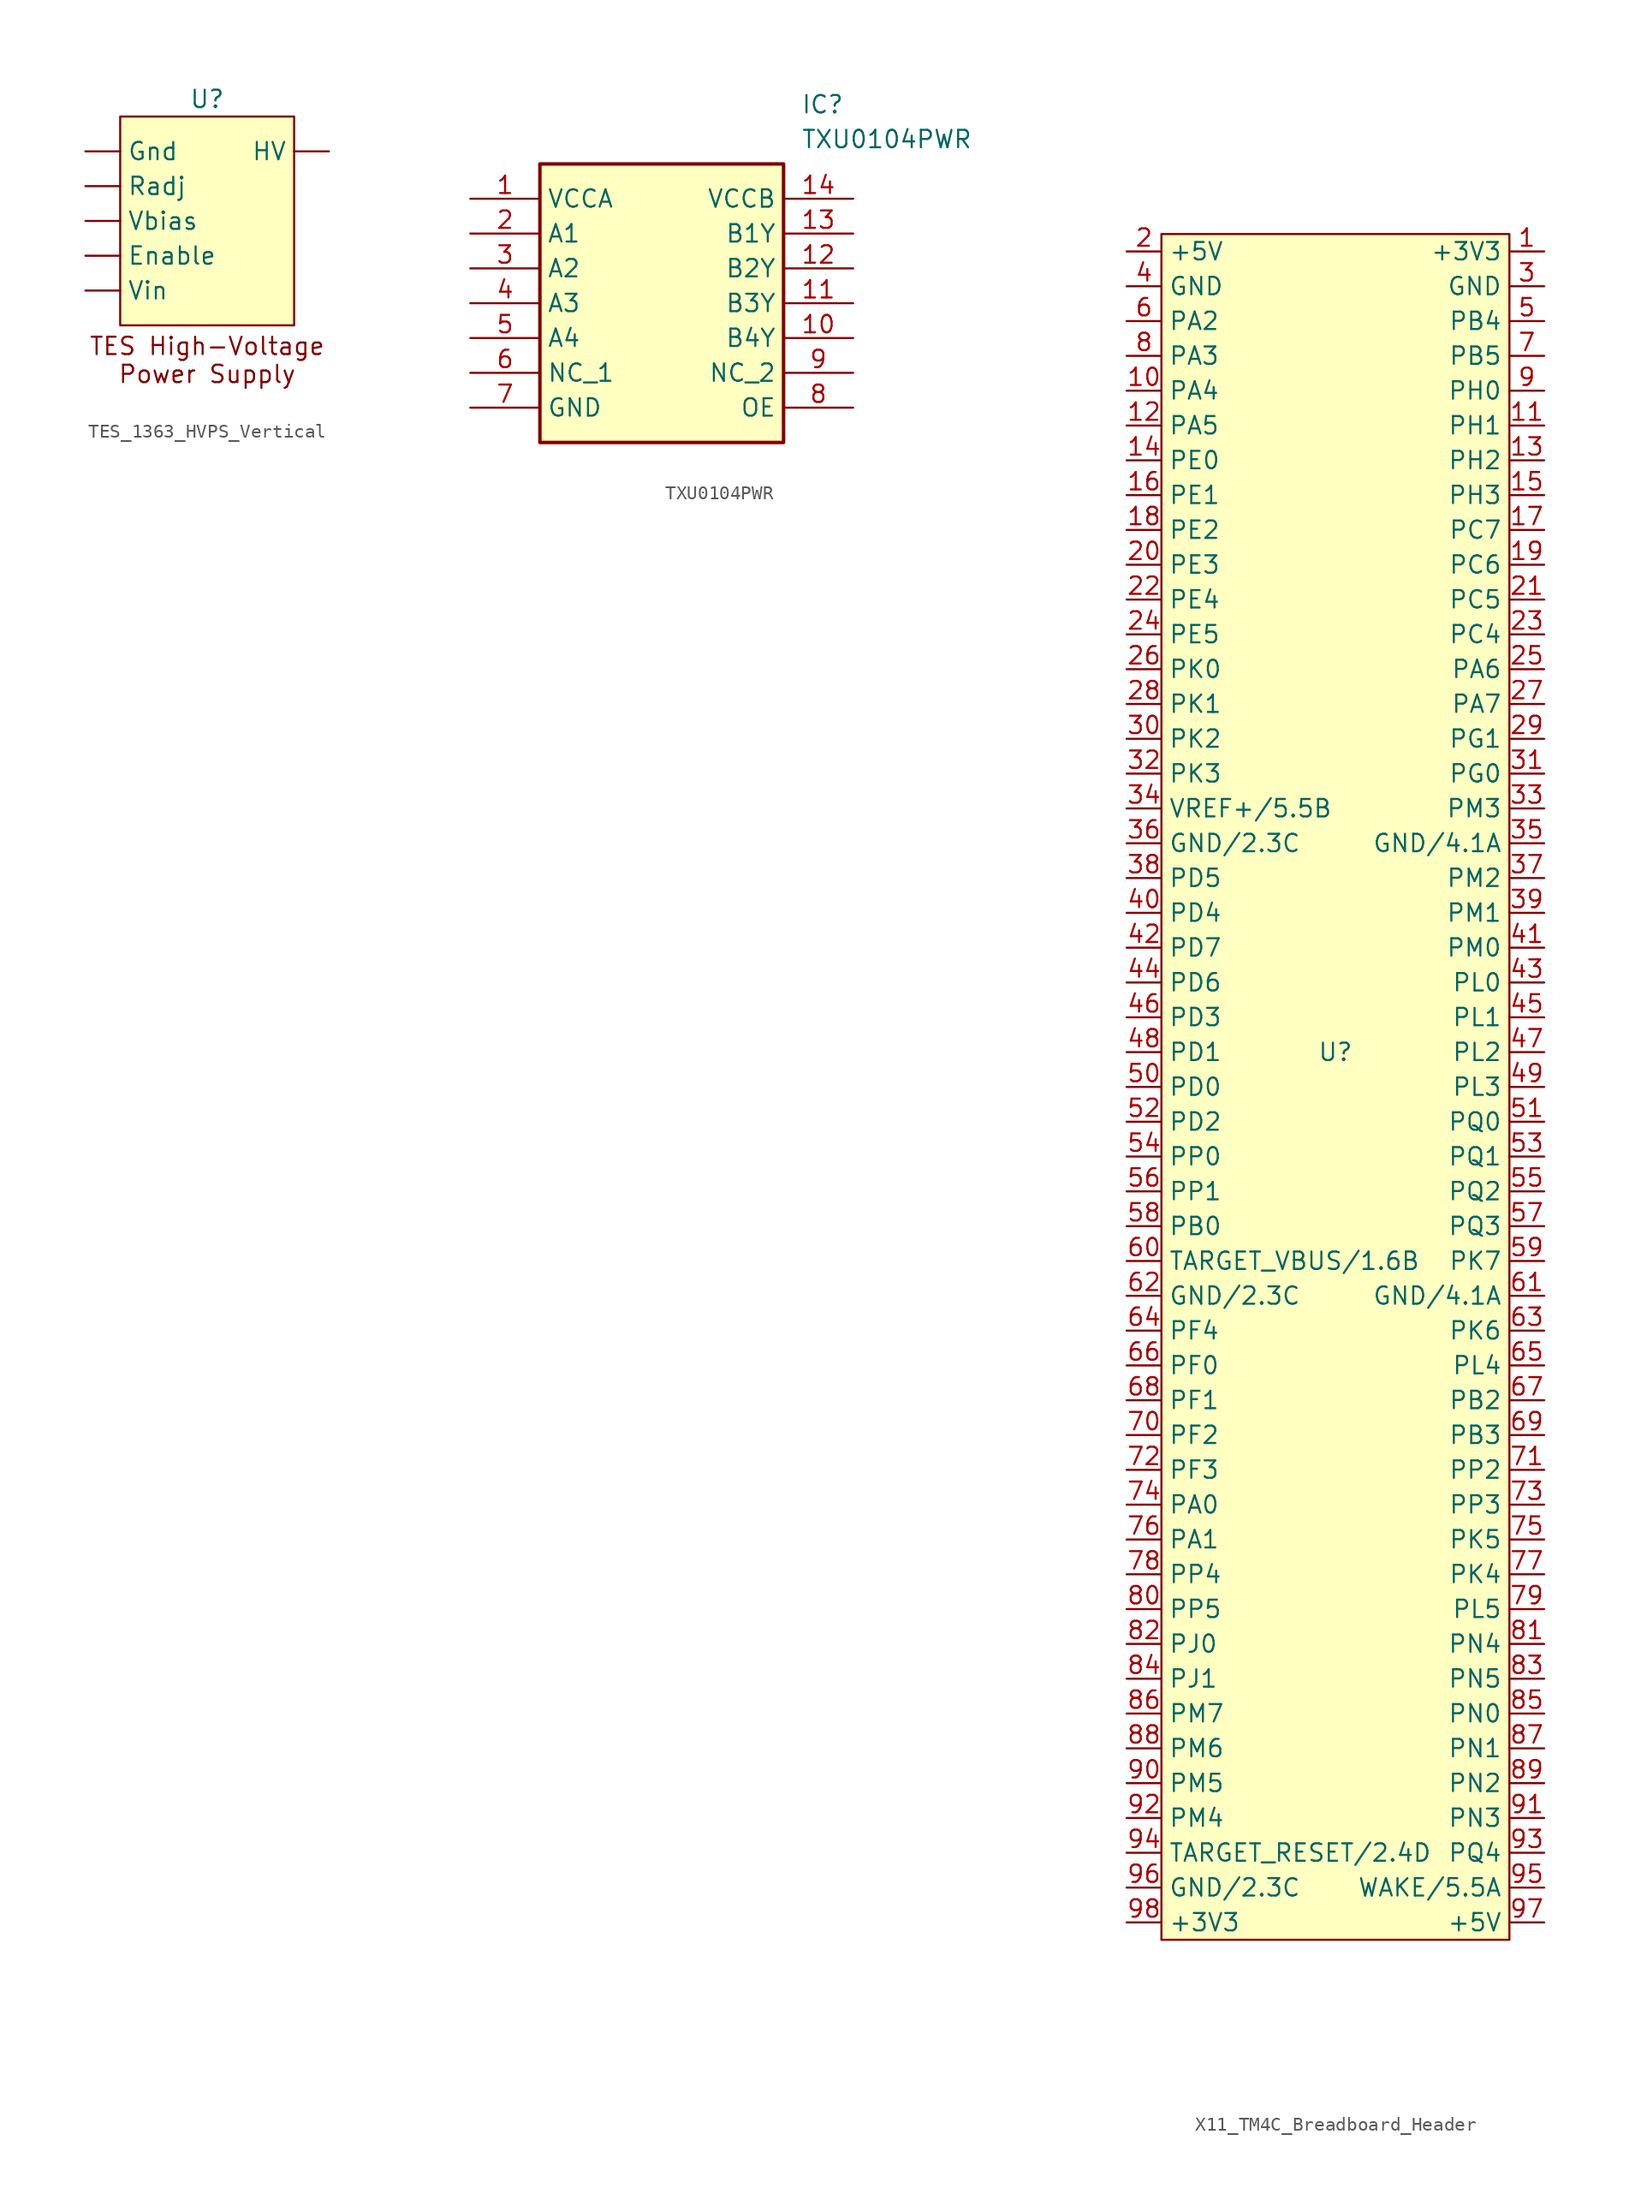
<source format=kicad_sym>
(kicad_symbol_lib
  (version 20231120)
  (generator "kicad_symbol_editor")
  (generator_version "8.0")
  (symbol "TES_1363_HVPS_Vertical"
    (pin_numbers hide)
    (property "Reference" "U"
      (at 0 8.89 0)
      (effects (font (size 1.27 1.27))))
    (property "Value" ""
      (at -3.81 -2.54 0)
      (effects (font (size 1.27 1.27))))
    (symbol "TES_1363_HVPS_Vertical_1_1"
      (rectangle (start -6.35 7.62) (end 6.35 -7.62) (stroke (width 0) (type default)) (fill (type background)))
      (text "TES High-Voltage\nPower Supply" (at 0 -10.16 0) (effects (font (size 1.27 1.27))))
      (pin input line (at -8.89 -2.54 0) (length 2.54) (name "Enable" (effects (font (size 1.27 1.27)))) (number "Enable" (effects (font (size 1.27 1.27)))))
      (pin input line (at -8.89 5.08 0) (length 2.54) (name "Gnd" (effects (font (size 1.27 1.27)))) (number "Gnd" (effects (font (size 1.27 1.27)))))
      (pin output line (at 8.89 5.08 180) (length 2.54) (name "HV" (effects (font (size 1.27 1.27)))) (number "HV" (effects (font (size 1.27 1.27)))))
      (pin input line (at -8.89 2.54 0) (length 2.54) (name "Radj" (effects (font (size 1.27 1.27)))) (number "Radj" (effects (font (size 1.27 1.27)))))
      (pin input line (at -8.89 0 0) (length 2.54) (name "Vbias" (effects (font (size 1.27 1.27)))) (number "Vbias" (effects (font (size 1.27 1.27)))))
      (pin input line (at -8.89 -5.08 0) (length 2.54) (name "Vin" (effects (font (size 1.27 1.27)))) (number "Vin" (effects (font (size 1.27 1.27)))))))
  (symbol "TXU0104PWR"
    (property "Reference" "IC"
      (at 24.13 7.62 0)
      (effects (font (size 1.27 1.27)) (justify left top)))
    (property "Value" "TXU0104PWR"
      (at 24.13 5.08 0)
      (effects (font (size 1.27 1.27)) (justify left top)))
    (symbol "TXU0104PWR_1_1"
      (rectangle (start 5.08 2.54) (end 22.86 -17.78) (stroke (width 0.254) (type default)) (fill (type background)))
      (pin passive line (at 0 0 0) (length 5.08) (name "VCCA" (effects (font (size 1.27 1.27)))) (number "1" (effects (font (size 1.27 1.27)))))
      (pin passive line (at 27.94 -10.16 180) (length 5.08) (name "B4Y" (effects (font (size 1.27 1.27)))) (number "10" (effects (font (size 1.27 1.27)))))
      (pin passive line (at 27.94 -7.62 180) (length 5.08) (name "B3Y" (effects (font (size 1.27 1.27)))) (number "11" (effects (font (size 1.27 1.27)))))
      (pin passive line (at 27.94 -5.08 180) (length 5.08) (name "B2Y" (effects (font (size 1.27 1.27)))) (number "12" (effects (font (size 1.27 1.27)))))
      (pin passive line (at 27.94 -2.54 180) (length 5.08) (name "B1Y" (effects (font (size 1.27 1.27)))) (number "13" (effects (font (size 1.27 1.27)))))
      (pin passive line (at 27.94 0 180) (length 5.08) (name "VCCB" (effects (font (size 1.27 1.27)))) (number "14" (effects (font (size 1.27 1.27)))))
      (pin passive line (at 0 -2.54 0) (length 5.08) (name "A1" (effects (font (size 1.27 1.27)))) (number "2" (effects (font (size 1.27 1.27)))))
      (pin passive line (at 0 -5.08 0) (length 5.08) (name "A2" (effects (font (size 1.27 1.27)))) (number "3" (effects (font (size 1.27 1.27)))))
      (pin passive line (at 0 -7.62 0) (length 5.08) (name "A3" (effects (font (size 1.27 1.27)))) (number "4" (effects (font (size 1.27 1.27)))))
      (pin passive line (at 0 -10.16 0) (length 5.08) (name "A4" (effects (font (size 1.27 1.27)))) (number "5" (effects (font (size 1.27 1.27)))))
      (pin passive line (at 0 -12.7 0) (length 5.08) (name "NC_1" (effects (font (size 1.27 1.27)))) (number "6" (effects (font (size 1.27 1.27)))))
      (pin passive line (at 0 -15.24 0) (length 5.08) (name "GND" (effects (font (size 1.27 1.27)))) (number "7" (effects (font (size 1.27 1.27)))))
      (pin passive line (at 27.94 -15.24 180) (length 5.08) (name "OE" (effects (font (size 1.27 1.27)))) (number "8" (effects (font (size 1.27 1.27)))))
      (pin passive line (at 27.94 -12.7 180) (length 5.08) (name "NC_2" (effects (font (size 1.27 1.27)))) (number "9" (effects (font (size 1.27 1.27)))))))
  (symbol "X11_TM4C_Breadboard_Header"
    (property "Reference" "U"
      (at 0 0 0)
      (effects (font (size 1.27 1.27))))
    (property "Value" ""
      (at -5.08 26.67 0)
      (effects (font (size 1.27 1.27))))
    (symbol "X11_TM4C_Breadboard_Header_1_1"
      (rectangle (start -12.7 59.69) (end 12.7 -64.77) (stroke (width 0) (type default)) (fill (type background)))
      (pin bidirectional line (at 15.24 58.42 180) (length 2.54) (name "+3V3" (effects (font (size 1.27 1.27)))) (number "1" (effects (font (size 1.27 1.27)))))
      (pin bidirectional line (at -15.24 48.26 0) (length 2.54) (name "PA4" (effects (font (size 1.27 1.27)))) (number "10" (effects (font (size 1.27 1.27)))))
      (pin bidirectional line (at 15.24 45.72 180) (length 2.54) (name "PH1" (effects (font (size 1.27 1.27)))) (number "11" (effects (font (size 1.27 1.27)))))
      (pin bidirectional line (at -15.24 45.72 0) (length 2.54) (name "PA5" (effects (font (size 1.27 1.27)))) (number "12" (effects (font (size 1.27 1.27)))))
      (pin bidirectional line (at 15.24 43.18 180) (length 2.54) (name "PH2" (effects (font (size 1.27 1.27)))) (number "13" (effects (font (size 1.27 1.27)))))
      (pin bidirectional line (at -15.24 43.18 0) (length 2.54) (name "PE0" (effects (font (size 1.27 1.27)))) (number "14" (effects (font (size 1.27 1.27)))))
      (pin bidirectional line (at 15.24 40.64 180) (length 2.54) (name "PH3" (effects (font (size 1.27 1.27)))) (number "15" (effects (font (size 1.27 1.27)))))
      (pin bidirectional line (at -15.24 40.64 0) (length 2.54) (name "PE1" (effects (font (size 1.27 1.27)))) (number "16" (effects (font (size 1.27 1.27)))))
      (pin bidirectional line (at 15.24 38.1 180) (length 2.54) (name "PC7" (effects (font (size 1.27 1.27)))) (number "17" (effects (font (size 1.27 1.27)))))
      (pin bidirectional line (at -15.24 38.1 0) (length 2.54) (name "PE2" (effects (font (size 1.27 1.27)))) (number "18" (effects (font (size 1.27 1.27)))))
      (pin bidirectional line (at 15.24 35.56 180) (length 2.54) (name "PC6" (effects (font (size 1.27 1.27)))) (number "19" (effects (font (size 1.27 1.27)))))
      (pin bidirectional line (at -15.24 58.42 0) (length 2.54) (name "+5V" (effects (font (size 1.27 1.27)))) (number "2" (effects (font (size 1.27 1.27)))))
      (pin bidirectional line (at -15.24 35.56 0) (length 2.54) (name "PE3" (effects (font (size 1.27 1.27)))) (number "20" (effects (font (size 1.27 1.27)))))
      (pin bidirectional line (at 15.24 33.02 180) (length 2.54) (name "PC5" (effects (font (size 1.27 1.27)))) (number "21" (effects (font (size 1.27 1.27)))))
      (pin bidirectional line (at -15.24 33.02 0) (length 2.54) (name "PE4" (effects (font (size 1.27 1.27)))) (number "22" (effects (font (size 1.27 1.27)))))
      (pin bidirectional line (at 15.24 30.48 180) (length 2.54) (name "PC4" (effects (font (size 1.27 1.27)))) (number "23" (effects (font (size 1.27 1.27)))))
      (pin bidirectional line (at -15.24 30.48 0) (length 2.54) (name "PE5" (effects (font (size 1.27 1.27)))) (number "24" (effects (font (size 1.27 1.27)))))
      (pin bidirectional line (at 15.24 27.94 180) (length 2.54) (name "PA6" (effects (font (size 1.27 1.27)))) (number "25" (effects (font (size 1.27 1.27)))))
      (pin bidirectional line (at -15.24 27.94 0) (length 2.54) (name "PK0" (effects (font (size 1.27 1.27)))) (number "26" (effects (font (size 1.27 1.27)))))
      (pin bidirectional line (at 15.24 25.4 180) (length 2.54) (name "PA7" (effects (font (size 1.27 1.27)))) (number "27" (effects (font (size 1.27 1.27)))))
      (pin bidirectional line (at -15.24 25.4 0) (length 2.54) (name "PK1" (effects (font (size 1.27 1.27)))) (number "28" (effects (font (size 1.27 1.27)))))
      (pin bidirectional line (at 15.24 22.86 180) (length 2.54) (name "PG1" (effects (font (size 1.27 1.27)))) (number "29" (effects (font (size 1.27 1.27)))))
      (pin bidirectional line (at 15.24 55.88 180) (length 2.54) (name "GND" (effects (font (size 1.27 1.27)))) (number "3" (effects (font (size 1.27 1.27)))))
      (pin bidirectional line (at -15.24 22.86 0) (length 2.54) (name "PK2" (effects (font (size 1.27 1.27)))) (number "30" (effects (font (size 1.27 1.27)))))
      (pin bidirectional line (at 15.24 20.32 180) (length 2.54) (name "PG0" (effects (font (size 1.27 1.27)))) (number "31" (effects (font (size 1.27 1.27)))))
      (pin bidirectional line (at -15.24 20.32 0) (length 2.54) (name "PK3" (effects (font (size 1.27 1.27)))) (number "32" (effects (font (size 1.27 1.27)))))
      (pin bidirectional line (at 15.24 17.78 180) (length 2.54) (name "PM3" (effects (font (size 1.27 1.27)))) (number "33" (effects (font (size 1.27 1.27)))))
      (pin bidirectional line (at -15.24 17.78 0) (length 2.54) (name "VREF+/5.5B" (effects (font (size 1.27 1.27)))) (number "34" (effects (font (size 1.27 1.27)))))
      (pin bidirectional line (at 15.24 15.24 180) (length 2.54) (name "GND/4.1A" (effects (font (size 1.27 1.27)))) (number "35" (effects (font (size 1.27 1.27)))))
      (pin bidirectional line (at -15.24 15.24 0) (length 2.54) (name "GND/2.3C" (effects (font (size 1.27 1.27)))) (number "36" (effects (font (size 1.27 1.27)))))
      (pin bidirectional line (at 15.24 12.7 180) (length 2.54) (name "PM2" (effects (font (size 1.27 1.27)))) (number "37" (effects (font (size 1.27 1.27)))))
      (pin bidirectional line (at -15.24 12.7 0) (length 2.54) (name "PD5" (effects (font (size 1.27 1.27)))) (number "38" (effects (font (size 1.27 1.27)))))
      (pin bidirectional line (at 15.24 10.16 180) (length 2.54) (name "PM1" (effects (font (size 1.27 1.27)))) (number "39" (effects (font (size 1.27 1.27)))))
      (pin bidirectional line (at -15.24 55.88 0) (length 2.54) (name "GND" (effects (font (size 1.27 1.27)))) (number "4" (effects (font (size 1.27 1.27)))))
      (pin bidirectional line (at -15.24 10.16 0) (length 2.54) (name "PD4" (effects (font (size 1.27 1.27)))) (number "40" (effects (font (size 1.27 1.27)))))
      (pin bidirectional line (at 15.24 7.62 180) (length 2.54) (name "PM0" (effects (font (size 1.27 1.27)))) (number "41" (effects (font (size 1.27 1.27)))))
      (pin bidirectional line (at -15.24 7.62 0) (length 2.54) (name "PD7" (effects (font (size 1.27 1.27)))) (number "42" (effects (font (size 1.27 1.27)))))
      (pin bidirectional line (at 15.24 5.08 180) (length 2.54) (name "PL0" (effects (font (size 1.27 1.27)))) (number "43" (effects (font (size 1.27 1.27)))))
      (pin bidirectional line (at -15.24 5.08 0) (length 2.54) (name "PD6" (effects (font (size 1.27 1.27)))) (number "44" (effects (font (size 1.27 1.27)))))
      (pin bidirectional line (at 15.24 2.54 180) (length 2.54) (name "PL1" (effects (font (size 1.27 1.27)))) (number "45" (effects (font (size 1.27 1.27)))))
      (pin bidirectional line (at -15.24 2.54 0) (length 2.54) (name "PD3" (effects (font (size 1.27 1.27)))) (number "46" (effects (font (size 1.27 1.27)))))
      (pin bidirectional line (at 15.24 0 180) (length 2.54) (name "PL2" (effects (font (size 1.27 1.27)))) (number "47" (effects (font (size 1.27 1.27)))))
      (pin bidirectional line (at -15.24 0 0) (length 2.54) (name "PD1" (effects (font (size 1.27 1.27)))) (number "48" (effects (font (size 1.27 1.27)))))
      (pin bidirectional line (at 15.24 -2.54 180) (length 2.54) (name "PL3" (effects (font (size 1.27 1.27)))) (number "49" (effects (font (size 1.27 1.27)))))
      (pin bidirectional line (at 15.24 53.34 180) (length 2.54) (name "PB4" (effects (font (size 1.27 1.27)))) (number "5" (effects (font (size 1.27 1.27)))))
      (pin bidirectional line (at -15.24 -2.54 0) (length 2.54) (name "PD0" (effects (font (size 1.27 1.27)))) (number "50" (effects (font (size 1.27 1.27)))))
      (pin bidirectional line (at 15.24 -5.08 180) (length 2.54) (name "PQ0" (effects (font (size 1.27 1.27)))) (number "51" (effects (font (size 1.27 1.27)))))
      (pin bidirectional line (at -15.24 -5.08 0) (length 2.54) (name "PD2" (effects (font (size 1.27 1.27)))) (number "52" (effects (font (size 1.27 1.27)))))
      (pin bidirectional line (at 15.24 -7.62 180) (length 2.54) (name "PQ1" (effects (font (size 1.27 1.27)))) (number "53" (effects (font (size 1.27 1.27)))))
      (pin bidirectional line (at -15.24 -7.62 0) (length 2.54) (name "PP0" (effects (font (size 1.27 1.27)))) (number "54" (effects (font (size 1.27 1.27)))))
      (pin bidirectional line (at 15.24 -10.16 180) (length 2.54) (name "PQ2" (effects (font (size 1.27 1.27)))) (number "55" (effects (font (size 1.27 1.27)))))
      (pin bidirectional line (at -15.24 -10.16 0) (length 2.54) (name "PP1" (effects (font (size 1.27 1.27)))) (number "56" (effects (font (size 1.27 1.27)))))
      (pin bidirectional line (at 15.24 -12.7 180) (length 2.54) (name "PQ3" (effects (font (size 1.27 1.27)))) (number "57" (effects (font (size 1.27 1.27)))))
      (pin bidirectional line (at -15.24 -12.7 0) (length 2.54) (name "PB0" (effects (font (size 1.27 1.27)))) (number "58" (effects (font (size 1.27 1.27)))))
      (pin bidirectional line (at 15.24 -15.24 180) (length 2.54) (name "PK7" (effects (font (size 1.27 1.27)))) (number "59" (effects (font (size 1.27 1.27)))))
      (pin bidirectional line (at -15.24 53.34 0) (length 2.54) (name "PA2" (effects (font (size 1.27 1.27)))) (number "6" (effects (font (size 1.27 1.27)))))
      (pin bidirectional line (at -15.24 -15.24 0) (length 2.54) (name "TARGET_VBUS/1.6B" (effects (font (size 1.27 1.27)))) (number "60" (effects (font (size 1.27 1.27)))))
      (pin bidirectional line (at 15.24 -17.78 180) (length 2.54) (name "GND/4.1A" (effects (font (size 1.27 1.27)))) (number "61" (effects (font (size 1.27 1.27)))))
      (pin bidirectional line (at -15.24 -17.78 0) (length 2.54) (name "GND/2.3C" (effects (font (size 1.27 1.27)))) (number "62" (effects (font (size 1.27 1.27)))))
      (pin bidirectional line (at 15.24 -20.32 180) (length 2.54) (name "PK6" (effects (font (size 1.27 1.27)))) (number "63" (effects (font (size 1.27 1.27)))))
      (pin bidirectional line (at -15.24 -20.32 0) (length 2.54) (name "PF4" (effects (font (size 1.27 1.27)))) (number "64" (effects (font (size 1.27 1.27)))))
      (pin bidirectional line (at 15.24 -22.86 180) (length 2.54) (name "PL4" (effects (font (size 1.27 1.27)))) (number "65" (effects (font (size 1.27 1.27)))))
      (pin bidirectional line (at -15.24 -22.86 0) (length 2.54) (name "PF0" (effects (font (size 1.27 1.27)))) (number "66" (effects (font (size 1.27 1.27)))))
      (pin bidirectional line (at 15.24 -25.4 180) (length 2.54) (name "PB2" (effects (font (size 1.27 1.27)))) (number "67" (effects (font (size 1.27 1.27)))))
      (pin bidirectional line (at -15.24 -25.4 0) (length 2.54) (name "PF1" (effects (font (size 1.27 1.27)))) (number "68" (effects (font (size 1.27 1.27)))))
      (pin bidirectional line (at 15.24 -27.94 180) (length 2.54) (name "PB3" (effects (font (size 1.27 1.27)))) (number "69" (effects (font (size 1.27 1.27)))))
      (pin bidirectional line (at 15.24 50.8 180) (length 2.54) (name "PB5" (effects (font (size 1.27 1.27)))) (number "7" (effects (font (size 1.27 1.27)))))
      (pin bidirectional line (at -15.24 -27.94 0) (length 2.54) (name "PF2" (effects (font (size 1.27 1.27)))) (number "70" (effects (font (size 1.27 1.27)))))
      (pin bidirectional line (at 15.24 -30.48 180) (length 2.54) (name "PP2" (effects (font (size 1.27 1.27)))) (number "71" (effects (font (size 1.27 1.27)))))
      (pin bidirectional line (at -15.24 -30.48 0) (length 2.54) (name "PF3" (effects (font (size 1.27 1.27)))) (number "72" (effects (font (size 1.27 1.27)))))
      (pin bidirectional line (at 15.24 -33.02 180) (length 2.54) (name "PP3" (effects (font (size 1.27 1.27)))) (number "73" (effects (font (size 1.27 1.27)))))
      (pin bidirectional line (at -15.24 -33.02 0) (length 2.54) (name "PA0" (effects (font (size 1.27 1.27)))) (number "74" (effects (font (size 1.27 1.27)))))
      (pin bidirectional line (at 15.24 -35.56 180) (length 2.54) (name "PK5" (effects (font (size 1.27 1.27)))) (number "75" (effects (font (size 1.27 1.27)))))
      (pin bidirectional line (at -15.24 -35.56 0) (length 2.54) (name "PA1" (effects (font (size 1.27 1.27)))) (number "76" (effects (font (size 1.27 1.27)))))
      (pin bidirectional line (at 15.24 -38.1 180) (length 2.54) (name "PK4" (effects (font (size 1.27 1.27)))) (number "77" (effects (font (size 1.27 1.27)))))
      (pin bidirectional line (at -15.24 -38.1 0) (length 2.54) (name "PP4" (effects (font (size 1.27 1.27)))) (number "78" (effects (font (size 1.27 1.27)))))
      (pin bidirectional line (at 15.24 -40.64 180) (length 2.54) (name "PL5" (effects (font (size 1.27 1.27)))) (number "79" (effects (font (size 1.27 1.27)))))
      (pin bidirectional line (at -15.24 50.8 0) (length 2.54) (name "PA3" (effects (font (size 1.27 1.27)))) (number "8" (effects (font (size 1.27 1.27)))))
      (pin bidirectional line (at -15.24 -40.64 0) (length 2.54) (name "PP5" (effects (font (size 1.27 1.27)))) (number "80" (effects (font (size 1.27 1.27)))))
      (pin bidirectional line (at 15.24 -43.18 180) (length 2.54) (name "PN4" (effects (font (size 1.27 1.27)))) (number "81" (effects (font (size 1.27 1.27)))))
      (pin bidirectional line (at -15.24 -43.18 0) (length 2.54) (name "PJ0" (effects (font (size 1.27 1.27)))) (number "82" (effects (font (size 1.27 1.27)))))
      (pin bidirectional line (at 15.24 -45.72 180) (length 2.54) (name "PN5" (effects (font (size 1.27 1.27)))) (number "83" (effects (font (size 1.27 1.27)))))
      (pin bidirectional line (at -15.24 -45.72 0) (length 2.54) (name "PJ1" (effects (font (size 1.27 1.27)))) (number "84" (effects (font (size 1.27 1.27)))))
      (pin bidirectional line (at 15.24 -48.26 180) (length 2.54) (name "PN0" (effects (font (size 1.27 1.27)))) (number "85" (effects (font (size 1.27 1.27)))))
      (pin bidirectional line (at -15.24 -48.26 0) (length 2.54) (name "PM7" (effects (font (size 1.27 1.27)))) (number "86" (effects (font (size 1.27 1.27)))))
      (pin bidirectional line (at 15.24 -50.8 180) (length 2.54) (name "PN1" (effects (font (size 1.27 1.27)))) (number "87" (effects (font (size 1.27 1.27)))))
      (pin bidirectional line (at -15.24 -50.8 0) (length 2.54) (name "PM6" (effects (font (size 1.27 1.27)))) (number "88" (effects (font (size 1.27 1.27)))))
      (pin bidirectional line (at 15.24 -53.34 180) (length 2.54) (name "PN2" (effects (font (size 1.27 1.27)))) (number "89" (effects (font (size 1.27 1.27)))))
      (pin bidirectional line (at 15.24 48.26 180) (length 2.54) (name "PH0" (effects (font (size 1.27 1.27)))) (number "9" (effects (font (size 1.27 1.27)))))
      (pin bidirectional line (at -15.24 -53.34 0) (length 2.54) (name "PM5" (effects (font (size 1.27 1.27)))) (number "90" (effects (font (size 1.27 1.27)))))
      (pin bidirectional line (at 15.24 -55.88 180) (length 2.54) (name "PN3" (effects (font (size 1.27 1.27)))) (number "91" (effects (font (size 1.27 1.27)))))
      (pin bidirectional line (at -15.24 -55.88 0) (length 2.54) (name "PM4" (effects (font (size 1.27 1.27)))) (number "92" (effects (font (size 1.27 1.27)))))
      (pin bidirectional line (at 15.24 -58.42 180) (length 2.54) (name "PQ4" (effects (font (size 1.27 1.27)))) (number "93" (effects (font (size 1.27 1.27)))))
      (pin bidirectional line (at -15.24 -58.42 0) (length 2.54) (name "TARGET_RESET/2.4D" (effects (font (size 1.27 1.27)))) (number "94" (effects (font (size 1.27 1.27)))))
      (pin bidirectional line (at 15.24 -60.96 180) (length 2.54) (name "WAKE/5.5A" (effects (font (size 1.27 1.27)))) (number "95" (effects (font (size 1.27 1.27)))))
      (pin bidirectional line (at -15.24 -60.96 0) (length 2.54) (name "GND/2.3C" (effects (font (size 1.27 1.27)))) (number "96" (effects (font (size 1.27 1.27)))))
      (pin bidirectional line (at 15.24 -63.5 180) (length 2.54) (name "+5V" (effects (font (size 1.27 1.27)))) (number "97" (effects (font (size 1.27 1.27)))))
      (pin bidirectional line (at -15.24 -63.5 0) (length 2.54) (name "+3V3" (effects (font (size 1.27 1.27)))) (number "98" (effects (font (size 1.27 1.27))))))))
</source>
